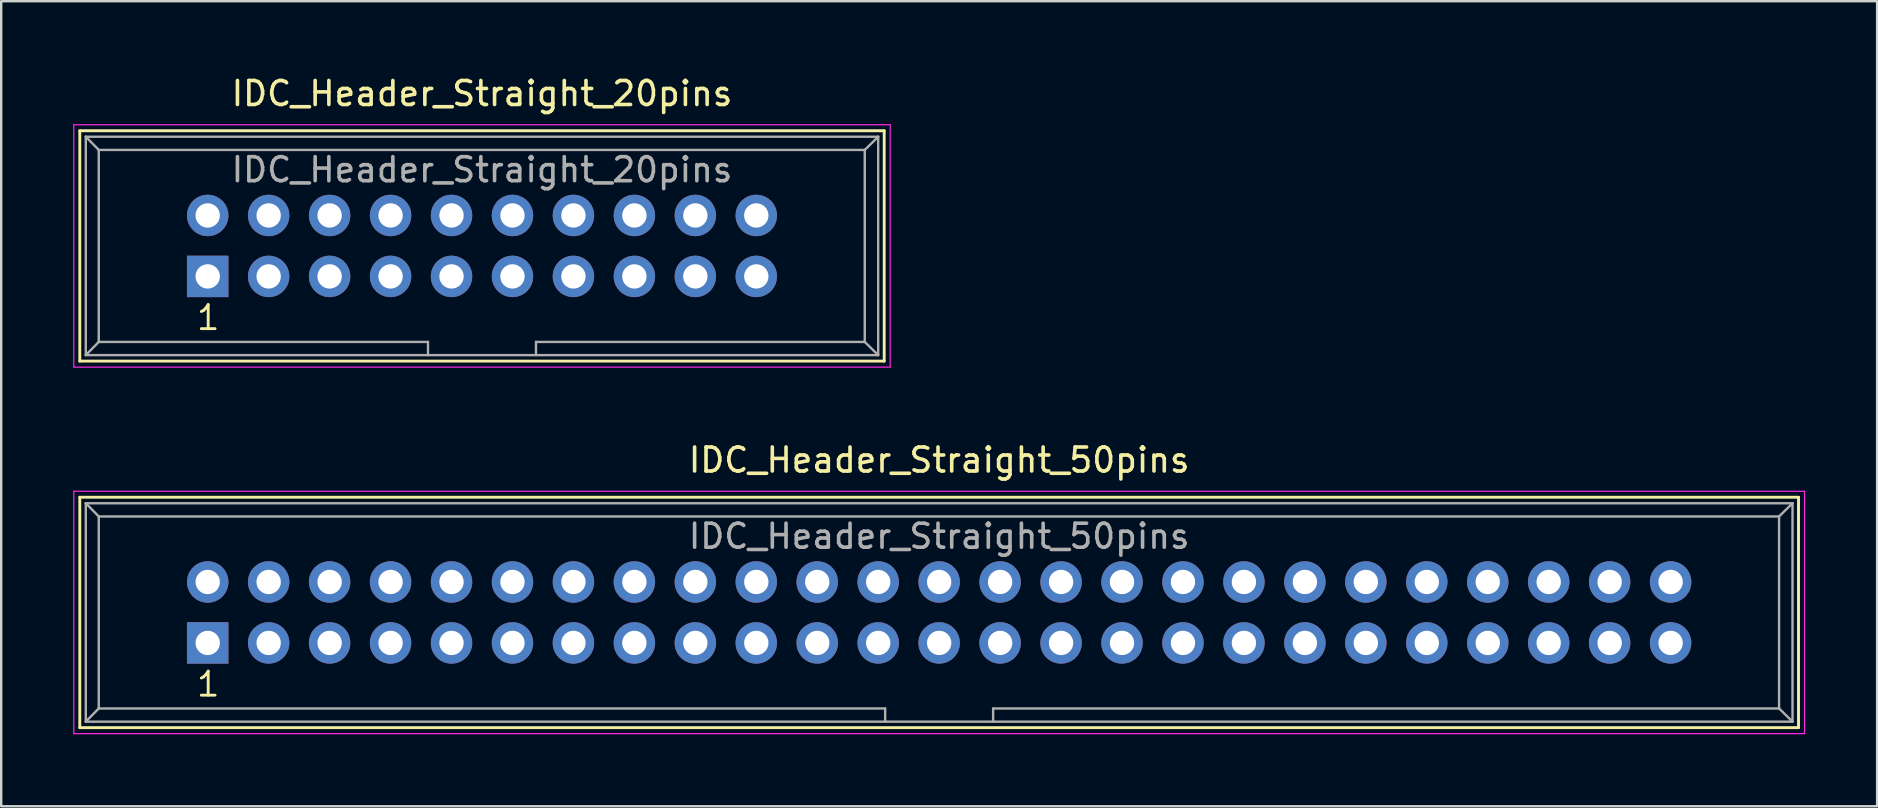
<source format=kicad_pcb>
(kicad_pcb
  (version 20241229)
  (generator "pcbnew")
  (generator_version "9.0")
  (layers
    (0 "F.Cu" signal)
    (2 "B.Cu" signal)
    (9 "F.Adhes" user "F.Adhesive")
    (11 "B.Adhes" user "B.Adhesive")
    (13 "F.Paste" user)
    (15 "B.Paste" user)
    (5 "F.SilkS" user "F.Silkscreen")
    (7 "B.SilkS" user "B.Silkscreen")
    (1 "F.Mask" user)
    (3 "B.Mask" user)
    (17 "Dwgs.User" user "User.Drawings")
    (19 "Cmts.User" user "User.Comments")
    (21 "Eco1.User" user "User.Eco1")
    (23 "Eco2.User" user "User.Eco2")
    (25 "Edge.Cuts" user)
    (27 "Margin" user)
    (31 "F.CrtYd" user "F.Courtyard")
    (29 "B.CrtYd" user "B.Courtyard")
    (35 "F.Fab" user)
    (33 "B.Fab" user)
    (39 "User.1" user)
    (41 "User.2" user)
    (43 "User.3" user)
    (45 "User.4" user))
  (footprint "IDC_Header_Straight_50pins"
    (layer "F.Cu")
    (at 5.605 23.741)
    (property "Reference" "IDC_Header_Straight_50pins" (at 30.48 -7.62 0) (layer "F.SilkS") (effects (font (size 1 1) (thickness 0.15))))
    (attr through_hole)
    (fp_line (start -5.33 -6.07) (end 66.29 -6.07) (stroke (width 0.12) (type solid)) (layer "F.SilkS"))
    (fp_line (start -5.33 3.53) (end -5.33 -6.07) (stroke (width 0.12) (type solid)) (layer "F.SilkS"))
    (fp_line (start 66.29 -6.07) (end 66.29 3.53) (stroke (width 0.12) (type solid)) (layer "F.SilkS"))
    (fp_line (start 66.29 3.53) (end -5.33 3.53) (stroke (width 0.12) (type solid)) (layer "F.SilkS"))
    (fp_line (start -5.58 -6.32) (end 66.54 -6.32) (stroke (width 0.05) (type solid)) (layer "F.CrtYd"))
    (fp_line (start -5.58 3.78) (end -5.58 -6.32) (stroke (width 0.05) (type solid)) (layer "F.CrtYd"))
    (fp_line (start 66.54 -6.32) (end 66.54 3.78) (stroke (width 0.05) (type solid)) (layer "F.CrtYd"))
    (fp_line (start 66.54 3.78) (end -5.58 3.78) (stroke (width 0.05) (type solid)) (layer "F.CrtYd"))
    (fp_line (start -5.08 -5.82) (end -5.08 3.28) (stroke (width 0.1) (type solid)) (layer "F.Fab"))
    (fp_line (start -5.08 -5.82) (end -4.54 -5.27) (stroke (width 0.1) (type solid)) (layer "F.Fab"))
    (fp_line (start -5.08 -5.82) (end 66.04 -5.82) (stroke (width 0.1) (type solid)) (layer "F.Fab"))
    (fp_line (start -5.08 3.28) (end -4.54 2.73) (stroke (width 0.1) (type solid)) (layer "F.Fab"))
    (fp_line (start -5.08 3.28) (end 66.04 3.28) (stroke (width 0.1) (type solid)) (layer "F.Fab"))
    (fp_line (start -4.54 -5.27) (end -4.54 2.73) (stroke (width 0.1) (type solid)) (layer "F.Fab"))
    (fp_line (start -4.54 -5.27) (end 65.48 -5.27) (stroke (width 0.1) (type solid)) (layer "F.Fab"))
    (fp_line (start -4.54 2.73) (end 28.23 2.73) (stroke (width 0.1) (type solid)) (layer "F.Fab"))
    (fp_line (start 28.23 2.73) (end 28.23 3.28) (stroke (width 0.1) (type solid)) (layer "F.Fab"))
    (fp_line (start 32.73 2.73) (end 32.73 3.28) (stroke (width 0.1) (type solid)) (layer "F.Fab"))
    (fp_line (start 32.73 2.73) (end 65.48 2.73) (stroke (width 0.1) (type solid)) (layer "F.Fab"))
    (fp_line (start 65.48 -5.27) (end 65.48 2.73) (stroke (width 0.1) (type solid)) (layer "F.Fab"))
    (fp_line (start 66.04 -5.82) (end 65.48 -5.27) (stroke (width 0.1) (type solid)) (layer "F.Fab"))
    (fp_line (start 66.04 -5.82) (end 66.04 3.28) (stroke (width 0.1) (type solid)) (layer "F.Fab"))
    (fp_line (start 66.04 3.28) (end 65.48 2.73) (stroke (width 0.1) (type solid)) (layer "F.Fab"))
    (fp_text user "1" (at 0.02 1.72 0) (layer "F.SilkS") (effects (font (size 1 1) (thickness 0.12))))
    (fp_text user "${REFERENCE}" (at 30.48 -4.445 0) (layer "F.Fab") (effects (font (size 1 1) (thickness 0.15))))
    (pad "1" thru_hole rect (at 0 0) (size 1.727 1.727) (drill 1.016) (layers "*.Cu" "*.Mask"))
    (pad "2" thru_hole oval (at 0 -2.54) (size 1.727 1.727) (drill 1.016) (layers "*.Cu" "*.Mask"))
    (pad "3" thru_hole oval (at 2.54 0) (size 1.727 1.727) (drill 1.016) (layers "*.Cu" "*.Mask"))
    (pad "4" thru_hole oval (at 2.54 -2.54) (size 1.727 1.727) (drill 1.016) (layers "*.Cu" "*.Mask"))
    (pad "5" thru_hole oval (at 5.08 0) (size 1.727 1.727) (drill 1.016) (layers "*.Cu" "*.Mask"))
    (pad "6" thru_hole oval (at 5.08 -2.54) (size 1.727 1.727) (drill 1.016) (layers "*.Cu" "*.Mask"))
    (pad "7" thru_hole oval (at 7.62 0) (size 1.727 1.727) (drill 1.016) (layers "*.Cu" "*.Mask"))
    (pad "8" thru_hole oval (at 7.62 -2.54) (size 1.727 1.727) (drill 1.016) (layers "*.Cu" "*.Mask"))
    (pad "9" thru_hole oval (at 10.16 0) (size 1.727 1.727) (drill 1.016) (layers "*.Cu" "*.Mask"))
    (pad "10" thru_hole oval (at 10.16 -2.54) (size 1.727 1.727) (drill 1.016) (layers "*.Cu" "*.Mask"))
    (pad "11" thru_hole oval (at 12.7 0) (size 1.727 1.727) (drill 1.016) (layers "*.Cu" "*.Mask"))
    (pad "12" thru_hole oval (at 12.7 -2.54) (size 1.727 1.727) (drill 1.016) (layers "*.Cu" "*.Mask"))
    (pad "13" thru_hole oval (at 15.24 0) (size 1.727 1.727) (drill 1.016) (layers "*.Cu" "*.Mask"))
    (pad "14" thru_hole oval (at 15.24 -2.54) (size 1.727 1.727) (drill 1.016) (layers "*.Cu" "*.Mask"))
    (pad "15" thru_hole oval (at 17.78 0) (size 1.727 1.727) (drill 1.016) (layers "*.Cu" "*.Mask"))
    (pad "16" thru_hole oval (at 17.78 -2.54) (size 1.727 1.727) (drill 1.016) (layers "*.Cu" "*.Mask"))
    (pad "17" thru_hole oval (at 20.32 0) (size 1.727 1.727) (drill 1.016) (layers "*.Cu" "*.Mask"))
    (pad "18" thru_hole oval (at 20.32 -2.54) (size 1.727 1.727) (drill 1.016) (layers "*.Cu" "*.Mask"))
    (pad "19" thru_hole oval (at 22.86 0) (size 1.727 1.727) (drill 1.016) (layers "*.Cu" "*.Mask"))
    (pad "20" thru_hole oval (at 22.86 -2.54) (size 1.727 1.727) (drill 1.016) (layers "*.Cu" "*.Mask"))
    (pad "21" thru_hole oval (at 25.4 0) (size 1.727 1.727) (drill 1.016) (layers "*.Cu" "*.Mask"))
    (pad "22" thru_hole oval (at 25.4 -2.54) (size 1.727 1.727) (drill 1.016) (layers "*.Cu" "*.Mask"))
    (pad "23" thru_hole oval (at 27.94 0) (size 1.727 1.727) (drill 1.016) (layers "*.Cu" "*.Mask"))
    (pad "24" thru_hole oval (at 27.94 -2.54) (size 1.727 1.727) (drill 1.016) (layers "*.Cu" "*.Mask"))
    (pad "25" thru_hole oval (at 30.48 0) (size 1.727 1.727) (drill 1.016) (layers "*.Cu" "*.Mask"))
    (pad "26" thru_hole oval (at 30.48 -2.54) (size 1.727 1.727) (drill 1.016) (layers "*.Cu" "*.Mask"))
    (pad "27" thru_hole oval (at 33.02 0) (size 1.727 1.727) (drill 1.016) (layers "*.Cu" "*.Mask"))
    (pad "28" thru_hole oval (at 33.02 -2.54) (size 1.727 1.727) (drill 1.016) (layers "*.Cu" "*.Mask"))
    (pad "29" thru_hole oval (at 35.56 0) (size 1.727 1.727) (drill 1.016) (layers "*.Cu" "*.Mask"))
    (pad "30" thru_hole oval (at 35.56 -2.54) (size 1.727 1.727) (drill 1.016) (layers "*.Cu" "*.Mask"))
    (pad "31" thru_hole oval (at 38.1 0) (size 1.727 1.727) (drill 1.016) (layers "*.Cu" "*.Mask"))
    (pad "32" thru_hole oval (at 38.1 -2.54) (size 1.727 1.727) (drill 1.016) (layers "*.Cu" "*.Mask"))
    (pad "33" thru_hole oval (at 40.64 0) (size 1.727 1.727) (drill 1.016) (layers "*.Cu" "*.Mask"))
    (pad "34" thru_hole oval (at 40.64 -2.54) (size 1.727 1.727) (drill 1.016) (layers "*.Cu" "*.Mask"))
    (pad "35" thru_hole oval (at 43.18 0) (size 1.727 1.727) (drill 1.016) (layers "*.Cu" "*.Mask"))
    (pad "36" thru_hole oval (at 43.18 -2.54) (size 1.727 1.727) (drill 1.016) (layers "*.Cu" "*.Mask"))
    (pad "37" thru_hole oval (at 45.72 0) (size 1.727 1.727) (drill 1.016) (layers "*.Cu" "*.Mask"))
    (pad "38" thru_hole oval (at 45.72 -2.54) (size 1.727 1.727) (drill 1.016) (layers "*.Cu" "*.Mask"))
    (pad "39" thru_hole oval (at 48.26 0) (size 1.727 1.727) (drill 1.016) (layers "*.Cu" "*.Mask"))
    (pad "40" thru_hole oval (at 48.26 -2.54) (size 1.727 1.727) (drill 1.016) (layers "*.Cu" "*.Mask"))
    (pad "41" thru_hole oval (at 50.8 0) (size 1.727 1.727) (drill 1.016) (layers "*.Cu" "*.Mask"))
    (pad "42" thru_hole oval (at 50.8 -2.54) (size 1.727 1.727) (drill 1.016) (layers "*.Cu" "*.Mask"))
    (pad "43" thru_hole oval (at 53.34 0) (size 1.727 1.727) (drill 1.016) (layers "*.Cu" "*.Mask"))
    (pad "44" thru_hole oval (at 53.34 -2.54) (size 1.727 1.727) (drill 1.016) (layers "*.Cu" "*.Mask"))
    (pad "45" thru_hole oval (at 55.88 0) (size 1.727 1.727) (drill 1.016) (layers "*.Cu" "*.Mask"))
    (pad "46" thru_hole oval (at 55.88 -2.54) (size 1.727 1.727) (drill 1.016) (layers "*.Cu" "*.Mask"))
    (pad "47" thru_hole oval (at 58.42 0) (size 1.727 1.727) (drill 1.016) (layers "*.Cu" "*.Mask"))
    (pad "48" thru_hole oval (at 58.42 -2.54) (size 1.727 1.727) (drill 1.016) (layers "*.Cu" "*.Mask"))
    (pad "49" thru_hole oval (at 60.96 0) (size 1.727 1.727) (drill 1.016) (layers "*.Cu" "*.Mask"))
    (pad "50" thru_hole oval (at 60.96 -2.54) (size 1.727 1.727) (drill 1.016) (layers "*.Cu" "*.Mask")))
  (footprint "IDC_Header_Straight_20pins"
    (layer "F.Cu")
    (at 5.605 8.468)
    (property "Reference" "IDC_Header_Straight_20pins" (at 11.43 -7.62 0) (layer "F.SilkS") (effects (font (size 1 1) (thickness 0.15))))
    (attr through_hole)
    (fp_line (start -5.33 -6.07) (end 28.19 -6.07) (stroke (width 0.12) (type solid)) (layer "F.SilkS"))
    (fp_line (start -5.33 3.53) (end -5.33 -6.07) (stroke (width 0.12) (type solid)) (layer "F.SilkS"))
    (fp_line (start 28.19 -6.07) (end 28.19 3.53) (stroke (width 0.12) (type solid)) (layer "F.SilkS"))
    (fp_line (start 28.19 3.53) (end -5.33 3.53) (stroke (width 0.12) (type solid)) (layer "F.SilkS"))
    (fp_line (start -5.58 -6.32) (end 28.44 -6.32) (stroke (width 0.05) (type solid)) (layer "F.CrtYd"))
    (fp_line (start -5.58 3.78) (end -5.58 -6.32) (stroke (width 0.05) (type solid)) (layer "F.CrtYd"))
    (fp_line (start 28.44 -6.32) (end 28.44 3.78) (stroke (width 0.05) (type solid)) (layer "F.CrtYd"))
    (fp_line (start 28.44 3.78) (end -5.58 3.78) (stroke (width 0.05) (type solid)) (layer "F.CrtYd"))
    (fp_line (start -5.08 -5.82) (end -5.08 3.28) (stroke (width 0.1) (type solid)) (layer "F.Fab"))
    (fp_line (start -5.08 -5.82) (end -4.54 -5.27) (stroke (width 0.1) (type solid)) (layer "F.Fab"))
    (fp_line (start -5.08 -5.82) (end 27.94 -5.82) (stroke (width 0.1) (type solid)) (layer "F.Fab"))
    (fp_line (start -5.08 3.28) (end -4.54 2.73) (stroke (width 0.1) (type solid)) (layer "F.Fab"))
    (fp_line (start -5.08 3.28) (end 27.94 3.28) (stroke (width 0.1) (type solid)) (layer "F.Fab"))
    (fp_line (start -4.54 -5.27) (end -4.54 2.73) (stroke (width 0.1) (type solid)) (layer "F.Fab"))
    (fp_line (start -4.54 -5.27) (end 27.38 -5.27) (stroke (width 0.1) (type solid)) (layer "F.Fab"))
    (fp_line (start -4.54 2.73) (end 9.18 2.73) (stroke (width 0.1) (type solid)) (layer "F.Fab"))
    (fp_line (start 9.18 2.73) (end 9.18 3.28) (stroke (width 0.1) (type solid)) (layer "F.Fab"))
    (fp_line (start 13.68 2.73) (end 13.68 3.28) (stroke (width 0.1) (type solid)) (layer "F.Fab"))
    (fp_line (start 13.68 2.73) (end 27.38 2.73) (stroke (width 0.1) (type solid)) (layer "F.Fab"))
    (fp_line (start 27.38 -5.27) (end 27.38 2.73) (stroke (width 0.1) (type solid)) (layer "F.Fab"))
    (fp_line (start 27.94 -5.82) (end 27.38 -5.27) (stroke (width 0.1) (type solid)) (layer "F.Fab"))
    (fp_line (start 27.94 -5.82) (end 27.94 3.28) (stroke (width 0.1) (type solid)) (layer "F.Fab"))
    (fp_line (start 27.94 3.28) (end 27.38 2.73) (stroke (width 0.1) (type solid)) (layer "F.Fab"))
    (fp_text user "1" (at 0.02 1.72 0) (layer "F.SilkS") (effects (font (size 1 1) (thickness 0.12))))
    (fp_text user "${REFERENCE}" (at 11.43 -4.445 0) (layer "F.Fab") (effects (font (size 1 1) (thickness 0.15))))
    (pad "1" thru_hole rect (at 0 0) (size 1.727 1.727) (drill 1.016) (layers "*.Cu" "*.Mask"))
    (pad "2" thru_hole oval (at 0 -2.54) (size 1.727 1.727) (drill 1.016) (layers "*.Cu" "*.Mask"))
    (pad "3" thru_hole oval (at 2.54 0) (size 1.727 1.727) (drill 1.016) (layers "*.Cu" "*.Mask"))
    (pad "4" thru_hole oval (at 2.54 -2.54) (size 1.727 1.727) (drill 1.016) (layers "*.Cu" "*.Mask"))
    (pad "5" thru_hole oval (at 5.08 0) (size 1.727 1.727) (drill 1.016) (layers "*.Cu" "*.Mask"))
    (pad "6" thru_hole oval (at 5.08 -2.54) (size 1.727 1.727) (drill 1.016) (layers "*.Cu" "*.Mask"))
    (pad "7" thru_hole oval (at 7.62 0) (size 1.727 1.727) (drill 1.016) (layers "*.Cu" "*.Mask"))
    (pad "8" thru_hole oval (at 7.62 -2.54) (size 1.727 1.727) (drill 1.016) (layers "*.Cu" "*.Mask"))
    (pad "9" thru_hole oval (at 10.16 0) (size 1.727 1.727) (drill 1.016) (layers "*.Cu" "*.Mask"))
    (pad "10" thru_hole oval (at 10.16 -2.54) (size 1.727 1.727) (drill 1.016) (layers "*.Cu" "*.Mask"))
    (pad "11" thru_hole oval (at 12.7 0) (size 1.727 1.727) (drill 1.016) (layers "*.Cu" "*.Mask"))
    (pad "12" thru_hole oval (at 12.7 -2.54) (size 1.727 1.727) (drill 1.016) (layers "*.Cu" "*.Mask"))
    (pad "13" thru_hole oval (at 15.24 0) (size 1.727 1.727) (drill 1.016) (layers "*.Cu" "*.Mask"))
    (pad "14" thru_hole oval (at 15.24 -2.54) (size 1.727 1.727) (drill 1.016) (layers "*.Cu" "*.Mask"))
    (pad "15" thru_hole oval (at 17.78 0) (size 1.727 1.727) (drill 1.016) (layers "*.Cu" "*.Mask"))
    (pad "16" thru_hole oval (at 17.78 -2.54) (size 1.727 1.727) (drill 1.016) (layers "*.Cu" "*.Mask"))
    (pad "17" thru_hole oval (at 20.32 0) (size 1.727 1.727) (drill 1.016) (layers "*.Cu" "*.Mask"))
    (pad "18" thru_hole oval (at 20.32 -2.54) (size 1.727 1.727) (drill 1.016) (layers "*.Cu" "*.Mask"))
    (pad "19" thru_hole oval (at 22.86 0) (size 1.727 1.727) (drill 1.016) (layers "*.Cu" "*.Mask"))
    (pad "20" thru_hole oval (at 22.86 -2.54) (size 1.727 1.727) (drill 1.016) (layers "*.Cu" "*.Mask")))
  (gr_rect
    (start -3 -3)
    (end 75.17 30.547)
    (stroke (width 0.1) (type default))
    (fill no)
    (layer "Edge.Cuts")))
</source>
